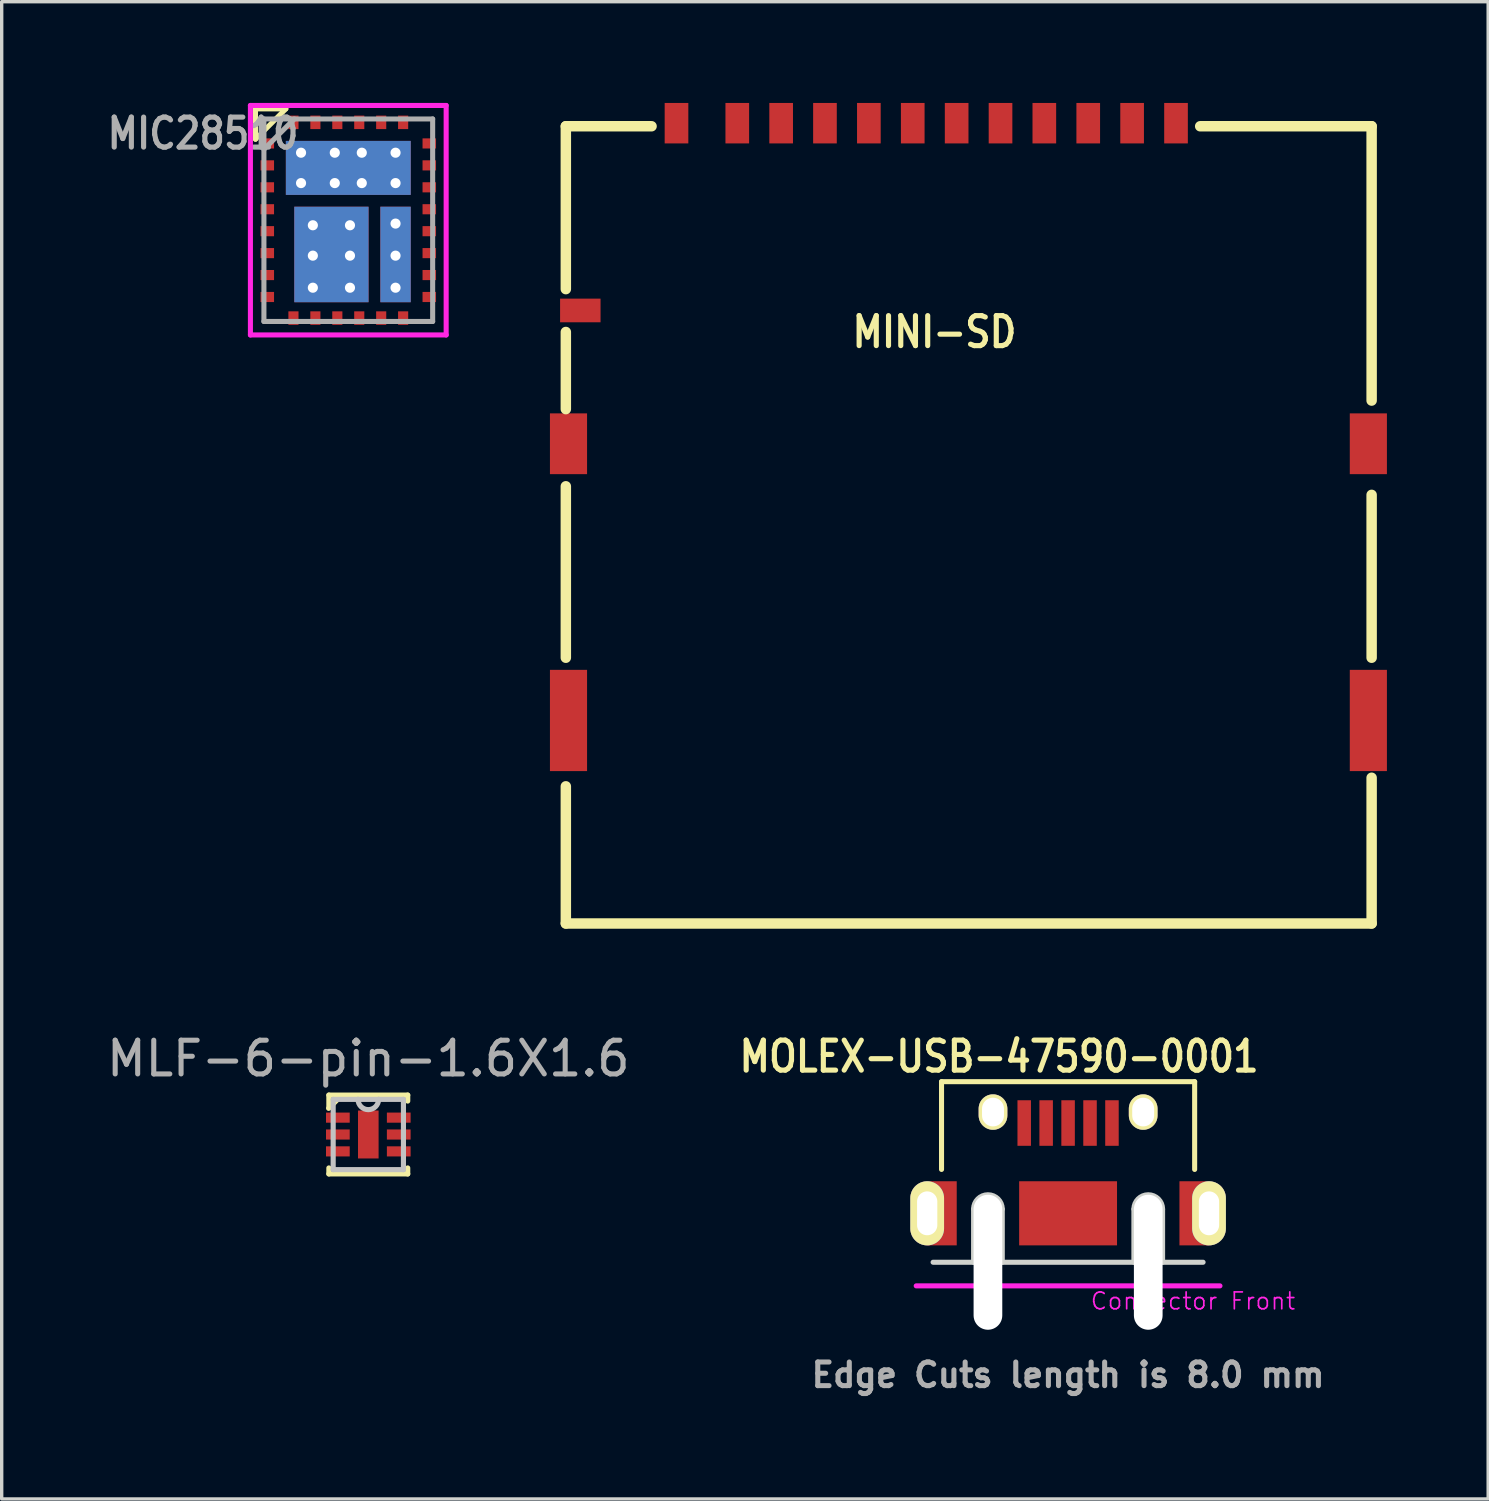
<source format=kicad_pcb>
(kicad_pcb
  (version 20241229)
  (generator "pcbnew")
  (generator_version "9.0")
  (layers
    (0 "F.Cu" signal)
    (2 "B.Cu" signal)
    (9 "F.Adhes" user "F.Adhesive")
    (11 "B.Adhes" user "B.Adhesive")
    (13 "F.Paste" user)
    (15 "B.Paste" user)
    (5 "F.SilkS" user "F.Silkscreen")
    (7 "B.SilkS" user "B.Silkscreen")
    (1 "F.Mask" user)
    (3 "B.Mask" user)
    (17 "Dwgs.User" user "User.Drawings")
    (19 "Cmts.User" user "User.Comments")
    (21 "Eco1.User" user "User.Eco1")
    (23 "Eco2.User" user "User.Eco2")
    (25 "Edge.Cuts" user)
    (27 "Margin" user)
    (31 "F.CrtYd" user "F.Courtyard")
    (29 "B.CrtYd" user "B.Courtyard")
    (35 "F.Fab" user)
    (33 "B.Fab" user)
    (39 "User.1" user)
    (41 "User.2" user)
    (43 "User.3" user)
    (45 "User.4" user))
  (footprint "MLF-6-pin-1.6X1.6"
    (layer "F.Cu")
    (at 7.863 30.566)
    (property "Reference" "MLF-6-pin-1.6X1.6" (at 0 -2.25 0) (layer "F.Fab") (effects (font (size 1 1) (thickness 0.15))))
    (attr smd)
    (fp_line (start -1.175 -0.775) (end -0.8 -1.15) (stroke (width 0.152) (type solid)) (layer "F.SilkS"))
    (fp_line (start -1.168 -1.168) (end -1.168 -0.8) (stroke (width 0.152) (type solid)) (layer "F.SilkS"))
    (fp_line (start -1.168 0.991) (end -1.168 1.168) (stroke (width 0.152) (type solid)) (layer "F.SilkS"))
    (fp_line (start -1.168 1.168) (end 1.168 1.168) (stroke (width 0.152) (type solid)) (layer "F.SilkS"))
    (fp_line (start 1.168 -1.168) (end -1.168 -1.168) (stroke (width 0.152) (type solid)) (layer "F.SilkS"))
    (fp_line (start 1.168 -0.991) (end 1.168 -1.168) (stroke (width 0.152) (type solid)) (layer "F.SilkS"))
    (fp_line (start 1.168 1.168) (end 1.168 0.991) (stroke (width 0.152) (type solid)) (layer "F.SilkS"))
    (fp_poly (pts (xy -0.305 -0.71) (xy -0.305 0.71) (xy 0.305 0.71) (xy 0.305 -0.71)) (stroke (width 0.025) (type solid)) (fill yes) (layer "F.Paste"))
    (fp_line (start -1.041 -1.041) (end -1.041 1.041) (stroke (width 0.152) (type solid)) (layer "Dwgs.User"))
    (fp_line (start -1.041 1.041) (end 1.041 1.041) (stroke (width 0.152) (type solid)) (layer "Dwgs.User"))
    (fp_line (start -0.305 -1.041) (end -1.041 -1.041) (stroke (width 0.152) (type solid)) (layer "Dwgs.User"))
    (fp_line (start 0.305 -1.041) (end -0.305 -1.041) (stroke (width 0.152) (type solid)) (layer "Dwgs.User"))
    (fp_line (start 1.041 -1.041) (end 0.305 -1.041) (stroke (width 0.152) (type solid)) (layer "Dwgs.User"))
    (fp_line (start 1.041 1.041) (end 1.041 -1.041) (stroke (width 0.152) (type solid)) (layer "Dwgs.User"))
    (fp_arc (start 0.3048 -1.0414) (mid 0 -0.7366) (end -0.3048 -1.0414) (stroke (width 0.1524) (type solid)) (layer "Dwgs.User"))
    (pad "1" smd rect (at -0.902 -0.5) (size 0.703 0.3) (layers "F.Cu" "F.Mask" "F.Paste"))
    (pad "2" smd rect (at -0.902 0) (size 0.703 0.3) (layers "F.Cu" "F.Mask" "F.Paste"))
    (pad "3" smd rect (at -0.902 0.5) (size 0.703 0.3) (layers "F.Cu" "F.Mask" "F.Paste"))
    (pad "4" smd rect (at 0.902 0.5) (size 0.703 0.3) (layers "F.Cu" "F.Mask" "F.Paste"))
    (pad "5" smd rect (at 0.902 0) (size 0.703 0.3) (layers "F.Cu" "F.Mask" "F.Paste"))
    (pad "6" smd rect (at 0.902 -0.5) (size 0.703 0.3) (layers "F.Cu" "F.Mask" "F.Paste"))
    (pad "7" smd rect (at 0 0) (size 0.61 1.42) (layers "F.Cu" "F.Mask" "F.Paste")))
  (footprint "MOLEX-USB-47590-0001"
    (layer "F.Cu")
    (at 28.598 34.351)
    (property "Reference" "MOLEX-USB-47590-0001" (at -2.045 -6.096 0) (layer "F.SilkS") (effects (font (size 0.889 0.762) (thickness 0.152))))
    (attr through_hole)
    (fp_line (start -3.75 -5.35) (end -3.75 -2.75) (stroke (width 0.15) (type solid)) (layer "F.SilkS"))
    (fp_line (start 3.75 -5.35) (end -3.75 -5.35) (stroke (width 0.15) (type solid)) (layer "F.SilkS"))
    (fp_line (start 3.75 -2.75) (end 3.75 -5.35) (stroke (width 0.15) (type solid)) (layer "F.SilkS"))
    (fp_line (start -2.8 -1.575) (end -2.8 0) (stroke (width 0.15) (type solid)) (layer "Edge.Cuts"))
    (fp_line (start -2.8 0) (end -4 0) (stroke (width 0.15) (type solid)) (layer "Edge.Cuts"))
    (fp_line (start -1.95 0) (end -1.95 -1.575) (stroke (width 0.15) (type solid)) (layer "Edge.Cuts"))
    (fp_line (start -1.95 0) (end 1.95 0) (stroke (width 0.15) (type solid)) (layer "Edge.Cuts"))
    (fp_line (start 1.95 0) (end 1.95 -1.575) (stroke (width 0.15) (type solid)) (layer "Edge.Cuts"))
    (fp_line (start 2.8 -1.575) (end 2.8 0) (stroke (width 0.15) (type solid)) (layer "Edge.Cuts"))
    (fp_line (start 2.8 0) (end 4 0) (stroke (width 0.15) (type solid)) (layer "Edge.Cuts"))
    (fp_arc (start -2.8 -1.575) (mid -2.375 -2) (end -1.95 -1.575) (stroke (width 0.15) (type solid)) (layer "Edge.Cuts"))
    (fp_arc (start 1.95 -1.575) (mid 2.375 -2) (end 2.8 -1.575) (stroke (width 0.15) (type solid)) (layer "Edge.Cuts"))
    (fp_line (start -4.5 0.7) (end 4.5 0.7) (stroke (width 0.15) (type solid)) (layer "F.CrtYd"))
    (fp_text user "Connector Front" (at 3.7 1.15 0) (layer "F.CrtYd") (effects (font (size 0.5 0.5) (thickness 0.05))))
    (fp_text user "Edge Cuts length is 8.0 mm" (at 0 3.34 0) (layer "F.Fab") (effects (font (size 0.7 0.7) (thickness 0.15))))
    (pad "" np_thru_hole oval (at -2.375 0) (size 0.85 4) (drill oval 0.85 4) (layers "*.Cu"))
    (pad "" np_thru_hole oval (at 2.375 0) (size 0.85 4) (drill oval 0.85 4) (layers "*.Cu"))
    (pad "1" smd rect (at 1.3 -4.125) (size 0.4 1.35) (layers "F.Cu" "F.Mask" "F.Paste"))
    (pad "2" smd rect (at 0.65 -4.125) (size 0.4 1.35) (layers "F.Cu" "F.Mask" "F.Paste"))
    (pad "3" smd rect (at 0 -4.125) (size 0.4 1.35) (layers "F.Cu" "F.Mask" "F.Paste"))
    (pad "4" smd rect (at -0.65 -4.125) (size 0.4 1.35) (layers "F.Cu" "F.Mask" "F.Paste"))
    (pad "5" smd rect (at -1.3 -4.125) (size 0.4 1.35) (layers "F.Cu" "F.Mask" "F.Paste"))
    (pad "S1" smd rect (at 3.737 -1.45) (size 0.875 1.9) (layers "F.Cu" "F.Mask" "F.Paste"))
    (pad "S1" thru_hole oval (at 4.175 -1.45) (size 1 1.9) (drill oval 0.6 1.3) (layers "*.Cu" "*.Mask" "F.SilkS"))
    (pad "S2" thru_hole oval (at 2.225 -4.45) (size 0.85 1.05) (drill oval 0.65 0.85) (layers "*.Cu" "*.Mask" "F.SilkS"))
    (pad "S3" thru_hole oval (at -2.225 -4.45) (size 0.85 1.05) (drill oval 0.65 0.85) (layers "*.Cu" "*.Mask" "F.SilkS"))
    (pad "S4" thru_hole oval (at -4.175 -1.45) (size 1 1.9) (drill oval 0.6 1.3) (layers "*.Cu" "*.Mask" "F.SilkS"))
    (pad "S4" smd rect (at -3.737 -1.45) (size 0.875 1.9) (layers "F.Cu" "F.Mask" "F.Paste"))
    (pad "ePad" smd rect (at 0 -1.45) (size 2.9 1.9) (layers "F.Cu" "F.Mask" "F.Paste")))
  (footprint "MIC28510"
    (layer "F.Cu")
    (at 7.27 3.475)
    (property "Reference" "MIC28510" (at -4.305 -2.57 0) (layer "F.Fab") (effects (font (size 0.889 0.762) (thickness 0.152))))
    (attr through_hole)
    (fp_line (start -2.75 -3.3) (end -2.75 -2.4) (stroke (width 0.15) (type solid)) (layer "F.SilkS"))
    (fp_line (start -2.75 -2.4) (end -1.85 -3.3) (stroke (width 0.15) (type solid)) (layer "F.SilkS"))
    (fp_line (start -1.85 -3.3) (end -2.75 -3.3) (stroke (width 0.15) (type solid)) (layer "F.SilkS"))
    (fp_line (start -2.9 -3.4) (end 2.9 -3.4) (stroke (width 0.15) (type solid)) (layer "F.CrtYd"))
    (fp_line (start -2.9 3.4) (end -2.9 -3.4) (stroke (width 0.15) (type solid)) (layer "F.CrtYd"))
    (fp_line (start 2.9 -3.4) (end 2.9 3.4) (stroke (width 0.15) (type solid)) (layer "F.CrtYd"))
    (fp_line (start 2.9 3.4) (end -2.9 3.4) (stroke (width 0.15) (type solid)) (layer "F.CrtYd"))
    (fp_line (start -2.5 -3) (end 2.5 -3) (stroke (width 0.15) (type solid)) (layer "F.Fab"))
    (fp_line (start -2.5 3) (end -2.5 -3) (stroke (width 0.15) (type solid)) (layer "F.Fab"))
    (fp_line (start -1.6 -3) (end -2.5 -2.1) (stroke (width 0.15) (type solid)) (layer "F.Fab"))
    (fp_line (start 2.5 -3) (end 2.5 3) (stroke (width 0.15) (type solid)) (layer "F.Fab"))
    (fp_line (start 2.5 3) (end -2.5 3) (stroke (width 0.15) (type solid)) (layer "F.Fab"))
    (pad "" smd rect (at -1 0.35) (size 0.8 1.11) (layers "F.Paste"))
    (pad "" smd rect (at -1 1.7) (size 0.8 1.11) (layers "F.Paste"))
    (pad "" smd rect (at -0.9 -1.55) (size 1.55 1.2) (layers "F.Paste"))
    (pad "" smd rect (at 0 0.35) (size 0.8 1.11) (layers "F.Paste"))
    (pad "" smd rect (at 0 1.7) (size 0.8 1.11) (layers "F.Paste"))
    (pad "" smd rect (at 0.9 -1.55) (size 1.55 1.2) (layers "F.Paste"))
    (pad "" smd rect (at 1.4 0.35) (size 0.5 1.11) (layers "F.Paste"))
    (pad "" smd rect (at 1.4 1.7) (size 0.5 1.11) (layers "F.Paste"))
    (pad "1" smd rect (at -2.4 -2.275 90) (size 0.3 0.4) (layers "F.Cu" "F.Mask" "F.Paste"))
    (pad "2" smd rect (at -2.4 -1.625 90) (size 0.3 0.4) (layers "F.Cu" "F.Mask" "F.Paste"))
    (pad "3" smd rect (at -2.4 -0.975 90) (size 0.3 0.4) (layers "F.Cu" "F.Mask" "F.Paste"))
    (pad "4" smd rect (at -2.4 -0.325 90) (size 0.3 0.4) (layers "F.Cu" "F.Mask" "F.Paste"))
    (pad "5" smd rect (at -2.4 0.325 90) (size 0.3 0.4) (layers "F.Cu" "F.Mask" "F.Paste"))
    (pad "6" smd rect (at -2.4 0.975 90) (size 0.3 0.4) (layers "F.Cu" "F.Mask" "F.Paste"))
    (pad "7" smd rect (at -2.4 1.625 90) (size 0.3 0.4) (layers "F.Cu" "F.Mask" "F.Paste"))
    (pad "8" smd rect (at -2.4 2.275 90) (size 0.3 0.4) (layers "F.Cu" "F.Mask" "F.Paste"))
    (pad "9" smd rect (at -1.625 2.9) (size 0.3 0.4) (layers "F.Cu" "F.Mask" "F.Paste"))
    (pad "10" smd rect (at -0.975 2.9) (size 0.3 0.4) (layers "F.Cu" "F.Mask" "F.Paste"))
    (pad "11" smd rect (at -0.325 2.9) (size 0.3 0.4) (layers "F.Cu" "F.Mask" "F.Paste"))
    (pad "12" smd rect (at 0.325 2.9) (size 0.3 0.4) (layers "F.Cu" "F.Mask" "F.Paste"))
    (pad "13" smd rect (at 0.975 2.9) (size 0.3 0.4) (layers "F.Cu" "F.Mask" "F.Paste"))
    (pad "14" smd rect (at 1.625 2.9) (size 0.3 0.4) (layers "F.Cu" "F.Mask" "F.Paste"))
    (pad "15" smd rect (at 2.4 2.275 90) (size 0.3 0.4) (layers "F.Cu" "F.Mask" "F.Paste"))
    (pad "16" smd rect (at 2.4 1.625 90) (size 0.3 0.4) (layers "F.Cu" "F.Mask" "F.Paste"))
    (pad "17" smd rect (at 2.4 0.975 90) (size 0.3 0.4) (layers "F.Cu" "F.Mask" "F.Paste"))
    (pad "18" smd rect (at 2.4 0.325 90) (size 0.3 0.4) (layers "F.Cu" "F.Mask" "F.Paste"))
    (pad "19" smd rect (at 2.4 -0.325 90) (size 0.3 0.4) (layers "F.Cu" "F.Mask" "F.Paste"))
    (pad "20" smd rect (at 2.4 -0.975 90) (size 0.3 0.4) (layers "F.Cu" "F.Mask" "F.Paste"))
    (pad "21" smd rect (at 2.4 -1.625 90) (size 0.3 0.4) (layers "F.Cu" "F.Mask" "F.Paste"))
    (pad "22" smd rect (at 2.4 -2.275 90) (size 0.3 0.4) (layers "F.Cu" "F.Mask" "F.Paste"))
    (pad "23" smd rect (at 1.625 -2.9) (size 0.3 0.4) (layers "F.Cu" "F.Mask" "F.Paste"))
    (pad "24" smd rect (at 0.975 -2.9) (size 0.3 0.4) (layers "F.Cu" "F.Mask" "F.Paste"))
    (pad "25" smd rect (at 0.325 -2.9) (size 0.3 0.4) (layers "F.Cu" "F.Mask" "F.Paste"))
    (pad "26" smd rect (at -0.325 -2.9) (size 0.3 0.4) (layers "F.Cu" "F.Mask" "F.Paste"))
    (pad "27" smd rect (at -0.975 -2.9) (size 0.3 0.4) (layers "F.Cu" "F.Mask" "F.Paste"))
    (pad "28" smd rect (at -1.625 -2.9) (size 0.3 0.4) (layers "F.Cu" "F.Mask" "F.Paste"))
    (pad "PGND" thru_hole circle (at -1.4 -2) (size 0.31 0.31) (drill 0.3) (layers "*.Cu"))
    (pad "PGND" thru_hole circle (at -1.4 -1.1) (size 0.31 0.31) (drill 0.3) (layers "*.Cu"))
    (pad "PGND" thru_hole circle (at -0.4 -2) (size 0.31 0.31) (drill 0.3) (layers "*.Cu"))
    (pad "PGND" thru_hole circle (at -0.4 -1.1) (size 0.31 0.31) (drill 0.3) (layers "*.Cu"))
    (pad "PGND" connect rect (at 0 -1.55) (size 3.7 1.6) (layers "*.Cu" "F.Mask"))
    (pad "PGND" thru_hole circle (at 0.4 -2) (size 0.31 0.31) (drill 0.3) (layers "*.Cu"))
    (pad "PGND" thru_hole circle (at 0.4 -1.1) (size 0.31 0.31) (drill 0.3) (layers "*.Cu"))
    (pad "PGND" thru_hole circle (at 1.4 -2) (size 0.31 0.31) (drill 0.3) (layers "*.Cu"))
    (pad "PGND" thru_hole circle (at 1.4 -1.1) (size 0.31 0.31) (drill 0.3) (layers "*.Cu"))
    (pad "PVIN" thru_hole circle (at 1.4 0.1) (size 0.31 0.31) (drill 0.3) (layers "*.Cu"))
    (pad "PVIN" connect rect (at 1.4 1.015) (size 0.9 2.83) (layers "*.Cu" "F.Mask"))
    (pad "PVIN" thru_hole circle (at 1.4 1.05) (size 0.31 0.31) (drill 0.3) (layers "*.Cu"))
    (pad "PVIN" thru_hole circle (at 1.4 2) (size 0.31 0.31) (drill 0.3) (layers "*.Cu"))
    (pad "SW" thru_hole circle (at -1.05 0.15) (size 0.31 0.31) (drill 0.3) (layers "*.Cu"))
    (pad "SW" thru_hole circle (at -1.05 1.05) (size 0.31 0.31) (drill 0.3) (layers "*.Cu"))
    (pad "SW" thru_hole circle (at -1.05 2) (size 0.31 0.31) (drill 0.3) (layers "*.Cu"))
    (pad "SW" connect rect (at -0.5 1.015) (size 2.2 2.83) (layers "*.Cu" "F.Mask"))
    (pad "SW" thru_hole circle (at 0.05 0.15) (size 0.31 0.31) (drill 0.3) (layers "*.Cu"))
    (pad "SW" thru_hole circle (at 0.05 1.05) (size 0.31 0.31) (drill 0.3) (layers "*.Cu"))
    (pad "SW" thru_hole circle (at 0.05 2) (size 0.31 0.31) (drill 0.3) (layers "*.Cu")))
  (footprint "MINI-SD"
    (layer "F.Cu")
    (at 25.3 12.213)
    (property "Reference" "MINI-SD" (at -0.662 -5.426 0) (layer "F.SilkS") (effects (font (size 0.889 0.762) (thickness 0.152))))
    (attr through_hole)
    (fp_line (start -11.584 -11.522) (end -9.044 -11.522) (stroke (width 0.31) (type solid)) (layer "F.SilkS"))
    (fp_line (start -11.584 -6.696) (end -11.584 -11.522) (stroke (width 0.31) (type solid)) (layer "F.SilkS"))
    (fp_line (start -11.584 -3.14) (end -11.584 -5.426) (stroke (width 0.31) (type solid)) (layer "F.SilkS"))
    (fp_line (start -11.584 4.226) (end -11.584 -0.854) (stroke (width 0.31) (type solid)) (layer "F.SilkS"))
    (fp_line (start -11.584 12.1) (end -11.584 8.036) (stroke (width 0.31) (type solid)) (layer "F.SilkS"))
    (fp_line (start 7.212 -11.522) (end 12.292 -11.522) (stroke (width 0.31) (type solid)) (layer "F.SilkS"))
    (fp_line (start 12.292 -11.522) (end 12.292 -3.394) (stroke (width 0.31) (type solid)) (layer "F.SilkS"))
    (fp_line (start 12.292 -0.6) (end 12.292 4.226) (stroke (width 0.31) (type solid)) (layer "F.SilkS"))
    (fp_line (start 12.292 7.782) (end 12.292 12.1) (stroke (width 0.31) (type solid)) (layer "F.SilkS"))
    (fp_line (start 12.292 12.1) (end -11.584 12.1) (stroke (width 0.31) (type solid)) (layer "F.SilkS"))
    (pad "0" smd rect (at -11.505 -2.114) (size 1.1 1.801) (layers "F.Cu" "F.Mask" "F.Paste"))
    (pad "0" smd rect (at -11.505 6.085) (size 1.1 3) (layers "F.Cu" "F.Mask" "F.Paste"))
    (pad "0" smd rect (at 12.195 -2.114) (size 1.1 1.801) (layers "F.Cu" "F.Mask" "F.Paste"))
    (pad "0" smd rect (at 12.195 6.085) (size 1.1 3) (layers "F.Cu" "F.Mask" "F.Paste"))
    (pad "1" smd rect (at 5.195 -11.613) (size 0.701 1.199) (layers "F.Cu" "F.Mask" "F.Paste"))
    (pad "2" smd rect (at 3.895 -11.613) (size 0.701 1.199) (layers "F.Cu" "F.Mask" "F.Paste"))
    (pad "3" smd rect (at 2.594 -11.613) (size 0.701 1.199) (layers "F.Cu" "F.Mask" "F.Paste"))
    (pad "4" smd rect (at -1.305 -11.613) (size 0.701 1.199) (layers "F.Cu" "F.Mask" "F.Paste"))
    (pad "5" smd rect (at -2.605 -11.613) (size 0.701 1.199) (layers "F.Cu" "F.Mask" "F.Paste"))
    (pad "6" smd rect (at -3.906 -11.613) (size 0.701 1.199) (layers "F.Cu" "F.Mask" "F.Paste"))
    (pad "7" smd rect (at -5.204 -11.613) (size 0.701 1.199) (layers "F.Cu" "F.Mask" "F.Paste"))
    (pad "8" smd rect (at -6.504 -11.613) (size 0.701 1.199) (layers "F.Cu" "F.Mask" "F.Paste"))
    (pad "9" smd rect (at 6.496 -11.613) (size 0.701 1.199) (layers "F.Cu" "F.Mask" "F.Paste"))
    (pad "10" smd rect (at 1.296 -11.613) (size 0.701 1.199) (layers "F.Cu" "F.Mask" "F.Paste"))
    (pad "11" smd rect (at -0.004 -11.613) (size 0.701 1.199) (layers "F.Cu" "F.Mask" "F.Paste"))
    (pad "A" smd rect (at -11.155 -6.064) (size 1.199 0.701) (layers "F.Cu" "F.Mask" "F.Paste"))
    (pad "B" smd rect (at -8.305 -11.613) (size 0.701 1.199) (layers "F.Cu" "F.Mask" "F.Paste")))
  (gr_rect
    (start -3 -3)
    (end 41.045 41.364)
    (stroke (width 0.1) (type default))
    (fill no)
    (layer "Edge.Cuts")))
</source>
